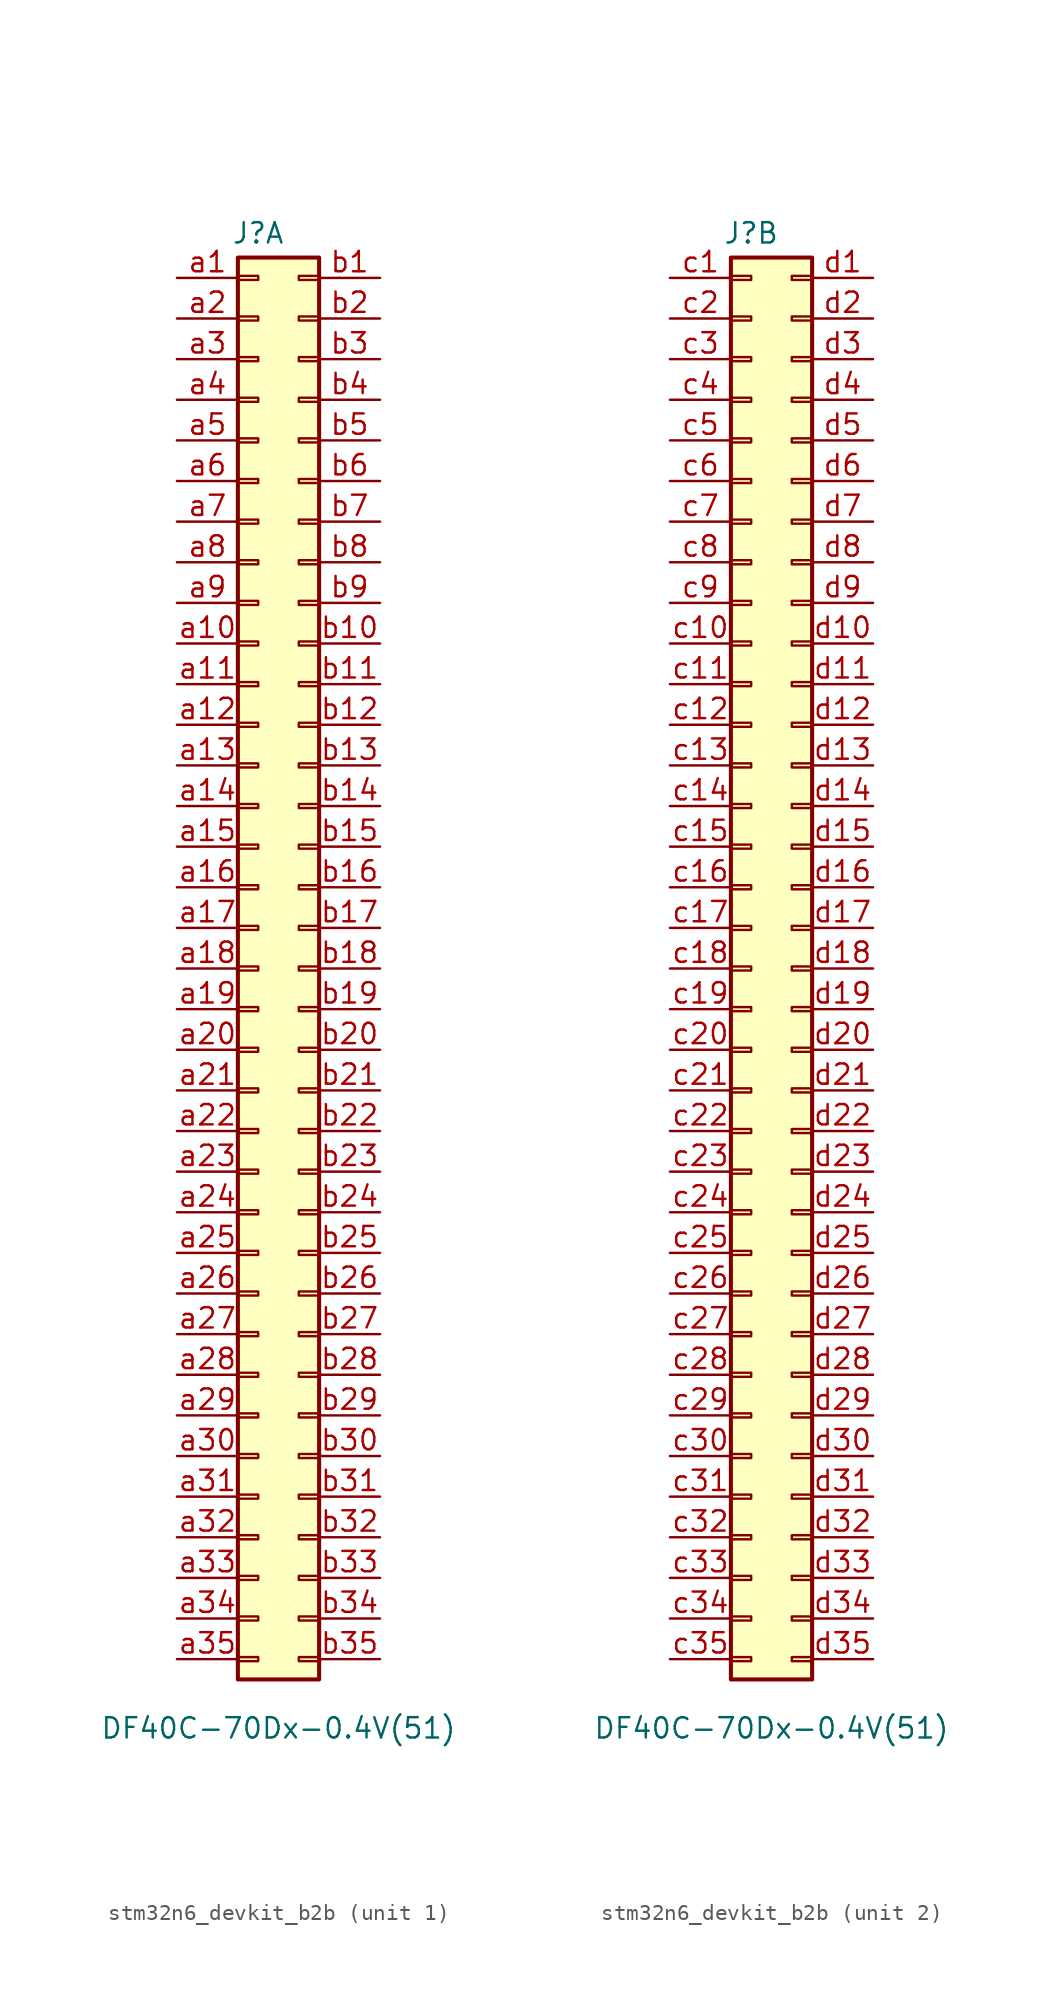
<source format=kicad_sym>
(kicad_symbol_lib
  (version 20241209)
  (generator "kicad_symbol_editor")
  (generator_version "9.0")
  (symbol "stm32n6_devkit_b2b"
    (pin_names
      (offset 1.016)
      (hide yes))
    (property "Reference" "J"
      (at -1.27 45.974 0)
      (effects (font (size 1.27 1.27))))
    (property "Value" "DF40C-70Dx-0.4V(51)"
      (at 0 -47.498 0)
      (effects (font (size 1.27 1.27))))
    (property "ki_locked" ""
      (at 0 0 0)
      (effects (font (size 1.27 1.27))))
    (symbol "stm32n6_devkit_b2b_1_1"
      (rectangle (start -2.54 44.45) (end 2.54 -44.45) (stroke (width 0.254) (type default)) (fill (type background)))
      (rectangle (start -2.54 43.307) (end -1.27 43.053) (stroke (width 0.152) (type default)) (fill (type none)))
      (rectangle (start -2.54 40.767) (end -1.27 40.513) (stroke (width 0.152) (type default)) (fill (type none)))
      (rectangle (start -2.54 38.227) (end -1.27 37.973) (stroke (width 0.152) (type default)) (fill (type none)))
      (rectangle (start -2.54 35.687) (end -1.27 35.433) (stroke (width 0.152) (type default)) (fill (type none)))
      (rectangle (start -2.54 33.147) (end -1.27 32.893) (stroke (width 0.152) (type default)) (fill (type none)))
      (rectangle (start -2.54 30.607) (end -1.27 30.353) (stroke (width 0.152) (type default)) (fill (type none)))
      (rectangle (start -2.54 28.067) (end -1.27 27.813) (stroke (width 0.152) (type default)) (fill (type none)))
      (rectangle (start -2.54 25.527) (end -1.27 25.273) (stroke (width 0.152) (type default)) (fill (type none)))
      (rectangle (start -2.54 22.987) (end -1.27 22.733) (stroke (width 0.152) (type default)) (fill (type none)))
      (rectangle (start -2.54 20.447) (end -1.27 20.193) (stroke (width 0.152) (type default)) (fill (type none)))
      (rectangle (start -2.54 17.907) (end -1.27 17.653) (stroke (width 0.152) (type default)) (fill (type none)))
      (rectangle (start -2.54 15.367) (end -1.27 15.113) (stroke (width 0.152) (type default)) (fill (type none)))
      (rectangle (start -2.54 12.827) (end -1.27 12.573) (stroke (width 0.152) (type default)) (fill (type none)))
      (rectangle (start -2.54 10.287) (end -1.27 10.033) (stroke (width 0.152) (type default)) (fill (type none)))
      (rectangle (start -2.54 7.747) (end -1.27 7.493) (stroke (width 0.152) (type default)) (fill (type none)))
      (rectangle (start -2.54 5.207) (end -1.27 4.953) (stroke (width 0.152) (type default)) (fill (type none)))
      (rectangle (start -2.54 2.667) (end -1.27 2.413) (stroke (width 0.152) (type default)) (fill (type none)))
      (rectangle (start -2.54 0.127) (end -1.27 -0.127) (stroke (width 0.152) (type default)) (fill (type none)))
      (rectangle (start -2.54 -2.413) (end -1.27 -2.667) (stroke (width 0.152) (type default)) (fill (type none)))
      (rectangle (start -2.54 -4.953) (end -1.27 -5.207) (stroke (width 0.152) (type default)) (fill (type none)))
      (rectangle (start -2.54 -7.493) (end -1.27 -7.747) (stroke (width 0.152) (type default)) (fill (type none)))
      (rectangle (start -2.54 -10.033) (end -1.27 -10.287) (stroke (width 0.152) (type default)) (fill (type none)))
      (rectangle (start -2.54 -12.573) (end -1.27 -12.827) (stroke (width 0.152) (type default)) (fill (type none)))
      (rectangle (start -2.54 -15.113) (end -1.27 -15.367) (stroke (width 0.152) (type default)) (fill (type none)))
      (rectangle (start -2.54 -17.653) (end -1.27 -17.907) (stroke (width 0.152) (type default)) (fill (type none)))
      (rectangle (start -2.54 -20.193) (end -1.27 -20.447) (stroke (width 0.152) (type default)) (fill (type none)))
      (rectangle (start -2.54 -22.733) (end -1.27 -22.987) (stroke (width 0.152) (type default)) (fill (type none)))
      (rectangle (start -2.54 -25.273) (end -1.27 -25.527) (stroke (width 0.152) (type default)) (fill (type none)))
      (rectangle (start -2.54 -27.813) (end -1.27 -28.067) (stroke (width 0.152) (type default)) (fill (type none)))
      (rectangle (start -2.54 -30.353) (end -1.27 -30.607) (stroke (width 0.152) (type default)) (fill (type none)))
      (rectangle (start -2.54 -32.893) (end -1.27 -33.147) (stroke (width 0.152) (type default)) (fill (type none)))
      (rectangle (start -2.54 -35.433) (end -1.27 -35.687) (stroke (width 0.152) (type default)) (fill (type none)))
      (rectangle (start -2.54 -37.973) (end -1.27 -38.227) (stroke (width 0.152) (type default)) (fill (type none)))
      (rectangle (start -2.54 -40.513) (end -1.27 -40.767) (stroke (width 0.152) (type default)) (fill (type none)))
      (rectangle (start -2.54 -43.053) (end -1.27 -43.307) (stroke (width 0.152) (type default)) (fill (type none)))
      (rectangle (start 2.54 43.307) (end 1.27 43.053) (stroke (width 0.152) (type default)) (fill (type none)))
      (rectangle (start 2.54 40.767) (end 1.27 40.513) (stroke (width 0.152) (type default)) (fill (type none)))
      (rectangle (start 2.54 38.227) (end 1.27 37.973) (stroke (width 0.152) (type default)) (fill (type none)))
      (rectangle (start 2.54 35.687) (end 1.27 35.433) (stroke (width 0.152) (type default)) (fill (type none)))
      (rectangle (start 2.54 33.147) (end 1.27 32.893) (stroke (width 0.152) (type default)) (fill (type none)))
      (rectangle (start 2.54 30.607) (end 1.27 30.353) (stroke (width 0.152) (type default)) (fill (type none)))
      (rectangle (start 2.54 28.067) (end 1.27 27.813) (stroke (width 0.152) (type default)) (fill (type none)))
      (rectangle (start 2.54 25.527) (end 1.27 25.273) (stroke (width 0.152) (type default)) (fill (type none)))
      (rectangle (start 2.54 22.987) (end 1.27 22.733) (stroke (width 0.152) (type default)) (fill (type none)))
      (rectangle (start 2.54 20.447) (end 1.27 20.193) (stroke (width 0.152) (type default)) (fill (type none)))
      (rectangle (start 2.54 17.907) (end 1.27 17.653) (stroke (width 0.152) (type default)) (fill (type none)))
      (rectangle (start 2.54 15.367) (end 1.27 15.113) (stroke (width 0.152) (type default)) (fill (type none)))
      (rectangle (start 2.54 12.827) (end 1.27 12.573) (stroke (width 0.152) (type default)) (fill (type none)))
      (rectangle (start 2.54 10.287) (end 1.27 10.033) (stroke (width 0.152) (type default)) (fill (type none)))
      (rectangle (start 2.54 7.747) (end 1.27 7.493) (stroke (width 0.152) (type default)) (fill (type none)))
      (rectangle (start 2.54 5.207) (end 1.27 4.953) (stroke (width 0.152) (type default)) (fill (type none)))
      (rectangle (start 2.54 2.667) (end 1.27 2.413) (stroke (width 0.152) (type default)) (fill (type none)))
      (rectangle (start 2.54 0.127) (end 1.27 -0.127) (stroke (width 0.152) (type default)) (fill (type none)))
      (rectangle (start 2.54 -2.413) (end 1.27 -2.667) (stroke (width 0.152) (type default)) (fill (type none)))
      (rectangle (start 2.54 -4.953) (end 1.27 -5.207) (stroke (width 0.152) (type default)) (fill (type none)))
      (rectangle (start 2.54 -7.493) (end 1.27 -7.747) (stroke (width 0.152) (type default)) (fill (type none)))
      (rectangle (start 2.54 -10.033) (end 1.27 -10.287) (stroke (width 0.152) (type default)) (fill (type none)))
      (rectangle (start 2.54 -12.573) (end 1.27 -12.827) (stroke (width 0.152) (type default)) (fill (type none)))
      (rectangle (start 2.54 -15.113) (end 1.27 -15.367) (stroke (width 0.152) (type default)) (fill (type none)))
      (rectangle (start 2.54 -17.653) (end 1.27 -17.907) (stroke (width 0.152) (type default)) (fill (type none)))
      (rectangle (start 2.54 -20.193) (end 1.27 -20.447) (stroke (width 0.152) (type default)) (fill (type none)))
      (rectangle (start 2.54 -22.733) (end 1.27 -22.987) (stroke (width 0.152) (type default)) (fill (type none)))
      (rectangle (start 2.54 -25.273) (end 1.27 -25.527) (stroke (width 0.152) (type default)) (fill (type none)))
      (rectangle (start 2.54 -27.813) (end 1.27 -28.067) (stroke (width 0.152) (type default)) (fill (type none)))
      (rectangle (start 2.54 -30.353) (end 1.27 -30.607) (stroke (width 0.152) (type default)) (fill (type none)))
      (rectangle (start 2.54 -32.893) (end 1.27 -33.147) (stroke (width 0.152) (type default)) (fill (type none)))
      (rectangle (start 2.54 -35.433) (end 1.27 -35.687) (stroke (width 0.152) (type default)) (fill (type none)))
      (rectangle (start 2.54 -37.973) (end 1.27 -38.227) (stroke (width 0.152) (type default)) (fill (type none)))
      (rectangle (start 2.54 -40.513) (end 1.27 -40.767) (stroke (width 0.152) (type default)) (fill (type none)))
      (rectangle (start 2.54 -43.053) (end 1.27 -43.307) (stroke (width 0.152) (type default)) (fill (type none)))
      (pin passive line (at -6.35 43.18 0) (length 3.81) (name "Pin_a1" (effects (font (size 1.27 1.27)))) (number "a1" (effects (font (size 1.27 1.27)))))
      (pin passive line (at -6.35 40.64 0) (length 3.81) (name "Pin_a2" (effects (font (size 1.27 1.27)))) (number "a2" (effects (font (size 1.27 1.27)))))
      (pin passive line (at -6.35 38.1 0) (length 3.81) (name "Pin_a3" (effects (font (size 1.27 1.27)))) (number "a3" (effects (font (size 1.27 1.27)))))
      (pin passive line (at -6.35 35.56 0) (length 3.81) (name "Pin_a4" (effects (font (size 1.27 1.27)))) (number "a4" (effects (font (size 1.27 1.27)))))
      (pin passive line (at -6.35 33.02 0) (length 3.81) (name "Pin_a5" (effects (font (size 1.27 1.27)))) (number "a5" (effects (font (size 1.27 1.27)))))
      (pin passive line (at -6.35 30.48 0) (length 3.81) (name "Pin_a6" (effects (font (size 1.27 1.27)))) (number "a6" (effects (font (size 1.27 1.27)))))
      (pin passive line (at -6.35 27.94 0) (length 3.81) (name "Pin_a7" (effects (font (size 1.27 1.27)))) (number "a7" (effects (font (size 1.27 1.27)))))
      (pin passive line (at -6.35 25.4 0) (length 3.81) (name "Pin_a8" (effects (font (size 1.27 1.27)))) (number "a8" (effects (font (size 1.27 1.27)))))
      (pin passive line (at -6.35 22.86 0) (length 3.81) (name "Pin_a9" (effects (font (size 1.27 1.27)))) (number "a9" (effects (font (size 1.27 1.27)))))
      (pin passive line (at -6.35 20.32 0) (length 3.81) (name "Pin_a10" (effects (font (size 1.27 1.27)))) (number "a10" (effects (font (size 1.27 1.27)))))
      (pin passive line (at -6.35 17.78 0) (length 3.81) (name "Pin_a11" (effects (font (size 1.27 1.27)))) (number "a11" (effects (font (size 1.27 1.27)))))
      (pin passive line (at -6.35 15.24 0) (length 3.81) (name "Pin_a12" (effects (font (size 1.27 1.27)))) (number "a12" (effects (font (size 1.27 1.27)))))
      (pin passive line (at -6.35 12.7 0) (length 3.81) (name "Pin_a13" (effects (font (size 1.27 1.27)))) (number "a13" (effects (font (size 1.27 1.27)))))
      (pin passive line (at -6.35 10.16 0) (length 3.81) (name "Pin_a14" (effects (font (size 1.27 1.27)))) (number "a14" (effects (font (size 1.27 1.27)))))
      (pin passive line (at -6.35 7.62 0) (length 3.81) (name "Pin_a15" (effects (font (size 1.27 1.27)))) (number "a15" (effects (font (size 1.27 1.27)))))
      (pin passive line (at -6.35 5.08 0) (length 3.81) (name "Pin_a16" (effects (font (size 1.27 1.27)))) (number "a16" (effects (font (size 1.27 1.27)))))
      (pin passive line (at -6.35 2.54 0) (length 3.81) (name "Pin_a17" (effects (font (size 1.27 1.27)))) (number "a17" (effects (font (size 1.27 1.27)))))
      (pin passive line (at -6.35 0 0) (length 3.81) (name "Pin_a18" (effects (font (size 1.27 1.27)))) (number "a18" (effects (font (size 1.27 1.27)))))
      (pin passive line (at -6.35 -2.54 0) (length 3.81) (name "Pin_a19" (effects (font (size 1.27 1.27)))) (number "a19" (effects (font (size 1.27 1.27)))))
      (pin passive line (at -6.35 -5.08 0) (length 3.81) (name "Pin_a20" (effects (font (size 1.27 1.27)))) (number "a20" (effects (font (size 1.27 1.27)))))
      (pin passive line (at -6.35 -7.62 0) (length 3.81) (name "Pin_a21" (effects (font (size 1.27 1.27)))) (number "a21" (effects (font (size 1.27 1.27)))))
      (pin passive line (at -6.35 -10.16 0) (length 3.81) (name "Pin_a22" (effects (font (size 1.27 1.27)))) (number "a22" (effects (font (size 1.27 1.27)))))
      (pin passive line (at -6.35 -12.7 0) (length 3.81) (name "Pin_a23" (effects (font (size 1.27 1.27)))) (number "a23" (effects (font (size 1.27 1.27)))))
      (pin passive line (at -6.35 -15.24 0) (length 3.81) (name "Pin_a24" (effects (font (size 1.27 1.27)))) (number "a24" (effects (font (size 1.27 1.27)))))
      (pin passive line (at -6.35 -17.78 0) (length 3.81) (name "Pin_a25" (effects (font (size 1.27 1.27)))) (number "a25" (effects (font (size 1.27 1.27)))))
      (pin passive line (at -6.35 -20.32 0) (length 3.81) (name "Pin_a26" (effects (font (size 1.27 1.27)))) (number "a26" (effects (font (size 1.27 1.27)))))
      (pin passive line (at -6.35 -22.86 0) (length 3.81) (name "Pin_a27" (effects (font (size 1.27 1.27)))) (number "a27" (effects (font (size 1.27 1.27)))))
      (pin passive line (at -6.35 -25.4 0) (length 3.81) (name "Pin_a28" (effects (font (size 1.27 1.27)))) (number "a28" (effects (font (size 1.27 1.27)))))
      (pin passive line (at -6.35 -27.94 0) (length 3.81) (name "Pin_a29" (effects (font (size 1.27 1.27)))) (number "a29" (effects (font (size 1.27 1.27)))))
      (pin passive line (at -6.35 -30.48 0) (length 3.81) (name "Pin_a30" (effects (font (size 1.27 1.27)))) (number "a30" (effects (font (size 1.27 1.27)))))
      (pin passive line (at -6.35 -33.02 0) (length 3.81) (name "Pin_a31" (effects (font (size 1.27 1.27)))) (number "a31" (effects (font (size 1.27 1.27)))))
      (pin passive line (at -6.35 -35.56 0) (length 3.81) (name "Pin_a32" (effects (font (size 1.27 1.27)))) (number "a32" (effects (font (size 1.27 1.27)))))
      (pin passive line (at -6.35 -38.1 0) (length 3.81) (name "Pin_a33" (effects (font (size 1.27 1.27)))) (number "a33" (effects (font (size 1.27 1.27)))))
      (pin passive line (at -6.35 -40.64 0) (length 3.81) (name "Pin_a34" (effects (font (size 1.27 1.27)))) (number "a34" (effects (font (size 1.27 1.27)))))
      (pin passive line (at -6.35 -43.18 0) (length 3.81) (name "Pin_a35" (effects (font (size 1.27 1.27)))) (number "a35" (effects (font (size 1.27 1.27)))))
      (pin passive line (at 6.35 43.18 180) (length 3.81) (name "Pin_b1" (effects (font (size 1.27 1.27)))) (number "b1" (effects (font (size 1.27 1.27)))))
      (pin passive line (at 6.35 40.64 180) (length 3.81) (name "Pin_b2" (effects (font (size 1.27 1.27)))) (number "b2" (effects (font (size 1.27 1.27)))))
      (pin passive line (at 6.35 38.1 180) (length 3.81) (name "Pin_b3" (effects (font (size 1.27 1.27)))) (number "b3" (effects (font (size 1.27 1.27)))))
      (pin passive line (at 6.35 35.56 180) (length 3.81) (name "Pin_b4" (effects (font (size 1.27 1.27)))) (number "b4" (effects (font (size 1.27 1.27)))))
      (pin passive line (at 6.35 33.02 180) (length 3.81) (name "Pin_b5" (effects (font (size 1.27 1.27)))) (number "b5" (effects (font (size 1.27 1.27)))))
      (pin passive line (at 6.35 30.48 180) (length 3.81) (name "Pin_b6" (effects (font (size 1.27 1.27)))) (number "b6" (effects (font (size 1.27 1.27)))))
      (pin passive line (at 6.35 27.94 180) (length 3.81) (name "Pin_b7" (effects (font (size 1.27 1.27)))) (number "b7" (effects (font (size 1.27 1.27)))))
      (pin passive line (at 6.35 25.4 180) (length 3.81) (name "Pin_b8" (effects (font (size 1.27 1.27)))) (number "b8" (effects (font (size 1.27 1.27)))))
      (pin passive line (at 6.35 22.86 180) (length 3.81) (name "Pin_b9" (effects (font (size 1.27 1.27)))) (number "b9" (effects (font (size 1.27 1.27)))))
      (pin passive line (at 6.35 20.32 180) (length 3.81) (name "Pin_b10" (effects (font (size 1.27 1.27)))) (number "b10" (effects (font (size 1.27 1.27)))))
      (pin passive line (at 6.35 17.78 180) (length 3.81) (name "Pin_b11" (effects (font (size 1.27 1.27)))) (number "b11" (effects (font (size 1.27 1.27)))))
      (pin passive line (at 6.35 15.24 180) (length 3.81) (name "Pin_b12" (effects (font (size 1.27 1.27)))) (number "b12" (effects (font (size 1.27 1.27)))))
      (pin passive line (at 6.35 12.7 180) (length 3.81) (name "Pin_b13" (effects (font (size 1.27 1.27)))) (number "b13" (effects (font (size 1.27 1.27)))))
      (pin passive line (at 6.35 10.16 180) (length 3.81) (name "Pin_b14" (effects (font (size 1.27 1.27)))) (number "b14" (effects (font (size 1.27 1.27)))))
      (pin passive line (at 6.35 7.62 180) (length 3.81) (name "Pin_b15" (effects (font (size 1.27 1.27)))) (number "b15" (effects (font (size 1.27 1.27)))))
      (pin passive line (at 6.35 5.08 180) (length 3.81) (name "Pin_b16" (effects (font (size 1.27 1.27)))) (number "b16" (effects (font (size 1.27 1.27)))))
      (pin passive line (at 6.35 2.54 180) (length 3.81) (name "Pin_b17" (effects (font (size 1.27 1.27)))) (number "b17" (effects (font (size 1.27 1.27)))))
      (pin passive line (at 6.35 0 180) (length 3.81) (name "Pin_b18" (effects (font (size 1.27 1.27)))) (number "b18" (effects (font (size 1.27 1.27)))))
      (pin passive line (at 6.35 -2.54 180) (length 3.81) (name "Pin_b19" (effects (font (size 1.27 1.27)))) (number "b19" (effects (font (size 1.27 1.27)))))
      (pin passive line (at 6.35 -5.08 180) (length 3.81) (name "Pin_b20" (effects (font (size 1.27 1.27)))) (number "b20" (effects (font (size 1.27 1.27)))))
      (pin passive line (at 6.35 -7.62 180) (length 3.81) (name "Pin_b21" (effects (font (size 1.27 1.27)))) (number "b21" (effects (font (size 1.27 1.27)))))
      (pin passive line (at 6.35 -10.16 180) (length 3.81) (name "Pin_b22" (effects (font (size 1.27 1.27)))) (number "b22" (effects (font (size 1.27 1.27)))))
      (pin passive line (at 6.35 -12.7 180) (length 3.81) (name "Pin_b23" (effects (font (size 1.27 1.27)))) (number "b23" (effects (font (size 1.27 1.27)))))
      (pin passive line (at 6.35 -15.24 180) (length 3.81) (name "Pin_b24" (effects (font (size 1.27 1.27)))) (number "b24" (effects (font (size 1.27 1.27)))))
      (pin passive line (at 6.35 -17.78 180) (length 3.81) (name "Pin_b25" (effects (font (size 1.27 1.27)))) (number "b25" (effects (font (size 1.27 1.27)))))
      (pin passive line (at 6.35 -20.32 180) (length 3.81) (name "Pin_b26" (effects (font (size 1.27 1.27)))) (number "b26" (effects (font (size 1.27 1.27)))))
      (pin passive line (at 6.35 -22.86 180) (length 3.81) (name "Pin_b27" (effects (font (size 1.27 1.27)))) (number "b27" (effects (font (size 1.27 1.27)))))
      (pin passive line (at 6.35 -25.4 180) (length 3.81) (name "Pin_b28" (effects (font (size 1.27 1.27)))) (number "b28" (effects (font (size 1.27 1.27)))))
      (pin passive line (at 6.35 -27.94 180) (length 3.81) (name "Pin_b29" (effects (font (size 1.27 1.27)))) (number "b29" (effects (font (size 1.27 1.27)))))
      (pin passive line (at 6.35 -30.48 180) (length 3.81) (name "Pin_b30" (effects (font (size 1.27 1.27)))) (number "b30" (effects (font (size 1.27 1.27)))))
      (pin passive line (at 6.35 -33.02 180) (length 3.81) (name "Pin_b31" (effects (font (size 1.27 1.27)))) (number "b31" (effects (font (size 1.27 1.27)))))
      (pin passive line (at 6.35 -35.56 180) (length 3.81) (name "Pin_b32" (effects (font (size 1.27 1.27)))) (number "b32" (effects (font (size 1.27 1.27)))))
      (pin passive line (at 6.35 -38.1 180) (length 3.81) (name "Pin_b33" (effects (font (size 1.27 1.27)))) (number "b33" (effects (font (size 1.27 1.27)))))
      (pin passive line (at 6.35 -40.64 180) (length 3.81) (name "Pin_b34" (effects (font (size 1.27 1.27)))) (number "b34" (effects (font (size 1.27 1.27)))))
      (pin passive line (at 6.35 -43.18 180) (length 3.81) (name "Pin_b35" (effects (font (size 1.27 1.27)))) (number "b35" (effects (font (size 1.27 1.27))))))
    (symbol "stm32n6_devkit_b2b_2_1"
      (rectangle (start -2.54 44.45) (end 2.54 -44.45) (stroke (width 0.254) (type default)) (fill (type background)))
      (rectangle (start -2.54 43.307) (end -1.27 43.053) (stroke (width 0.152) (type default)) (fill (type none)))
      (rectangle (start -2.54 40.767) (end -1.27 40.513) (stroke (width 0.152) (type default)) (fill (type none)))
      (rectangle (start -2.54 38.227) (end -1.27 37.973) (stroke (width 0.152) (type default)) (fill (type none)))
      (rectangle (start -2.54 35.687) (end -1.27 35.433) (stroke (width 0.152) (type default)) (fill (type none)))
      (rectangle (start -2.54 33.147) (end -1.27 32.893) (stroke (width 0.152) (type default)) (fill (type none)))
      (rectangle (start -2.54 30.607) (end -1.27 30.353) (stroke (width 0.152) (type default)) (fill (type none)))
      (rectangle (start -2.54 28.067) (end -1.27 27.813) (stroke (width 0.152) (type default)) (fill (type none)))
      (rectangle (start -2.54 25.527) (end -1.27 25.273) (stroke (width 0.152) (type default)) (fill (type none)))
      (rectangle (start -2.54 22.987) (end -1.27 22.733) (stroke (width 0.152) (type default)) (fill (type none)))
      (rectangle (start -2.54 20.447) (end -1.27 20.193) (stroke (width 0.152) (type default)) (fill (type none)))
      (rectangle (start -2.54 17.907) (end -1.27 17.653) (stroke (width 0.152) (type default)) (fill (type none)))
      (rectangle (start -2.54 15.367) (end -1.27 15.113) (stroke (width 0.152) (type default)) (fill (type none)))
      (rectangle (start -2.54 12.827) (end -1.27 12.573) (stroke (width 0.152) (type default)) (fill (type none)))
      (rectangle (start -2.54 10.287) (end -1.27 10.033) (stroke (width 0.152) (type default)) (fill (type none)))
      (rectangle (start -2.54 7.747) (end -1.27 7.493) (stroke (width 0.152) (type default)) (fill (type none)))
      (rectangle (start -2.54 5.207) (end -1.27 4.953) (stroke (width 0.152) (type default)) (fill (type none)))
      (rectangle (start -2.54 2.667) (end -1.27 2.413) (stroke (width 0.152) (type default)) (fill (type none)))
      (rectangle (start -2.54 0.127) (end -1.27 -0.127) (stroke (width 0.152) (type default)) (fill (type none)))
      (rectangle (start -2.54 -2.413) (end -1.27 -2.667) (stroke (width 0.152) (type default)) (fill (type none)))
      (rectangle (start -2.54 -4.953) (end -1.27 -5.207) (stroke (width 0.152) (type default)) (fill (type none)))
      (rectangle (start -2.54 -7.493) (end -1.27 -7.747) (stroke (width 0.152) (type default)) (fill (type none)))
      (rectangle (start -2.54 -10.033) (end -1.27 -10.287) (stroke (width 0.152) (type default)) (fill (type none)))
      (rectangle (start -2.54 -12.573) (end -1.27 -12.827) (stroke (width 0.152) (type default)) (fill (type none)))
      (rectangle (start -2.54 -15.113) (end -1.27 -15.367) (stroke (width 0.152) (type default)) (fill (type none)))
      (rectangle (start -2.54 -17.653) (end -1.27 -17.907) (stroke (width 0.152) (type default)) (fill (type none)))
      (rectangle (start -2.54 -20.193) (end -1.27 -20.447) (stroke (width 0.152) (type default)) (fill (type none)))
      (rectangle (start -2.54 -22.733) (end -1.27 -22.987) (stroke (width 0.152) (type default)) (fill (type none)))
      (rectangle (start -2.54 -25.273) (end -1.27 -25.527) (stroke (width 0.152) (type default)) (fill (type none)))
      (rectangle (start -2.54 -27.813) (end -1.27 -28.067) (stroke (width 0.152) (type default)) (fill (type none)))
      (rectangle (start -2.54 -30.353) (end -1.27 -30.607) (stroke (width 0.152) (type default)) (fill (type none)))
      (rectangle (start -2.54 -32.893) (end -1.27 -33.147) (stroke (width 0.152) (type default)) (fill (type none)))
      (rectangle (start -2.54 -35.433) (end -1.27 -35.687) (stroke (width 0.152) (type default)) (fill (type none)))
      (rectangle (start -2.54 -37.973) (end -1.27 -38.227) (stroke (width 0.152) (type default)) (fill (type none)))
      (rectangle (start -2.54 -40.513) (end -1.27 -40.767) (stroke (width 0.152) (type default)) (fill (type none)))
      (rectangle (start -2.54 -43.053) (end -1.27 -43.307) (stroke (width 0.152) (type default)) (fill (type none)))
      (rectangle (start 2.54 43.307) (end 1.27 43.053) (stroke (width 0.152) (type default)) (fill (type none)))
      (rectangle (start 2.54 40.767) (end 1.27 40.513) (stroke (width 0.152) (type default)) (fill (type none)))
      (rectangle (start 2.54 38.227) (end 1.27 37.973) (stroke (width 0.152) (type default)) (fill (type none)))
      (rectangle (start 2.54 35.687) (end 1.27 35.433) (stroke (width 0.152) (type default)) (fill (type none)))
      (rectangle (start 2.54 33.147) (end 1.27 32.893) (stroke (width 0.152) (type default)) (fill (type none)))
      (rectangle (start 2.54 30.607) (end 1.27 30.353) (stroke (width 0.152) (type default)) (fill (type none)))
      (rectangle (start 2.54 28.067) (end 1.27 27.813) (stroke (width 0.152) (type default)) (fill (type none)))
      (rectangle (start 2.54 25.527) (end 1.27 25.273) (stroke (width 0.152) (type default)) (fill (type none)))
      (rectangle (start 2.54 22.987) (end 1.27 22.733) (stroke (width 0.152) (type default)) (fill (type none)))
      (rectangle (start 2.54 20.447) (end 1.27 20.193) (stroke (width 0.152) (type default)) (fill (type none)))
      (rectangle (start 2.54 17.907) (end 1.27 17.653) (stroke (width 0.152) (type default)) (fill (type none)))
      (rectangle (start 2.54 15.367) (end 1.27 15.113) (stroke (width 0.152) (type default)) (fill (type none)))
      (rectangle (start 2.54 12.827) (end 1.27 12.573) (stroke (width 0.152) (type default)) (fill (type none)))
      (rectangle (start 2.54 10.287) (end 1.27 10.033) (stroke (width 0.152) (type default)) (fill (type none)))
      (rectangle (start 2.54 7.747) (end 1.27 7.493) (stroke (width 0.152) (type default)) (fill (type none)))
      (rectangle (start 2.54 5.207) (end 1.27 4.953) (stroke (width 0.152) (type default)) (fill (type none)))
      (rectangle (start 2.54 2.667) (end 1.27 2.413) (stroke (width 0.152) (type default)) (fill (type none)))
      (rectangle (start 2.54 0.127) (end 1.27 -0.127) (stroke (width 0.152) (type default)) (fill (type none)))
      (rectangle (start 2.54 -2.413) (end 1.27 -2.667) (stroke (width 0.152) (type default)) (fill (type none)))
      (rectangle (start 2.54 -4.953) (end 1.27 -5.207) (stroke (width 0.152) (type default)) (fill (type none)))
      (rectangle (start 2.54 -7.493) (end 1.27 -7.747) (stroke (width 0.152) (type default)) (fill (type none)))
      (rectangle (start 2.54 -10.033) (end 1.27 -10.287) (stroke (width 0.152) (type default)) (fill (type none)))
      (rectangle (start 2.54 -12.573) (end 1.27 -12.827) (stroke (width 0.152) (type default)) (fill (type none)))
      (rectangle (start 2.54 -15.113) (end 1.27 -15.367) (stroke (width 0.152) (type default)) (fill (type none)))
      (rectangle (start 2.54 -17.653) (end 1.27 -17.907) (stroke (width 0.152) (type default)) (fill (type none)))
      (rectangle (start 2.54 -20.193) (end 1.27 -20.447) (stroke (width 0.152) (type default)) (fill (type none)))
      (rectangle (start 2.54 -22.733) (end 1.27 -22.987) (stroke (width 0.152) (type default)) (fill (type none)))
      (rectangle (start 2.54 -25.273) (end 1.27 -25.527) (stroke (width 0.152) (type default)) (fill (type none)))
      (rectangle (start 2.54 -27.813) (end 1.27 -28.067) (stroke (width 0.152) (type default)) (fill (type none)))
      (rectangle (start 2.54 -30.353) (end 1.27 -30.607) (stroke (width 0.152) (type default)) (fill (type none)))
      (rectangle (start 2.54 -32.893) (end 1.27 -33.147) (stroke (width 0.152) (type default)) (fill (type none)))
      (rectangle (start 2.54 -35.433) (end 1.27 -35.687) (stroke (width 0.152) (type default)) (fill (type none)))
      (rectangle (start 2.54 -37.973) (end 1.27 -38.227) (stroke (width 0.152) (type default)) (fill (type none)))
      (rectangle (start 2.54 -40.513) (end 1.27 -40.767) (stroke (width 0.152) (type default)) (fill (type none)))
      (rectangle (start 2.54 -43.053) (end 1.27 -43.307) (stroke (width 0.152) (type default)) (fill (type none)))
      (pin passive line (at -6.35 43.18 0) (length 3.81) (name "Pin_c1" (effects (font (size 1.27 1.27)))) (number "c1" (effects (font (size 1.27 1.27)))))
      (pin passive line (at -6.35 40.64 0) (length 3.81) (name "Pin_c2" (effects (font (size 1.27 1.27)))) (number "c2" (effects (font (size 1.27 1.27)))))
      (pin passive line (at -6.35 38.1 0) (length 3.81) (name "Pin_c3" (effects (font (size 1.27 1.27)))) (number "c3" (effects (font (size 1.27 1.27)))))
      (pin passive line (at -6.35 35.56 0) (length 3.81) (name "Pin_c4" (effects (font (size 1.27 1.27)))) (number "c4" (effects (font (size 1.27 1.27)))))
      (pin passive line (at -6.35 33.02 0) (length 3.81) (name "Pin_c5" (effects (font (size 1.27 1.27)))) (number "c5" (effects (font (size 1.27 1.27)))))
      (pin passive line (at -6.35 30.48 0) (length 3.81) (name "Pin_c6" (effects (font (size 1.27 1.27)))) (number "c6" (effects (font (size 1.27 1.27)))))
      (pin passive line (at -6.35 27.94 0) (length 3.81) (name "Pin_c7" (effects (font (size 1.27 1.27)))) (number "c7" (effects (font (size 1.27 1.27)))))
      (pin passive line (at -6.35 25.4 0) (length 3.81) (name "Pin_c8" (effects (font (size 1.27 1.27)))) (number "c8" (effects (font (size 1.27 1.27)))))
      (pin passive line (at -6.35 22.86 0) (length 3.81) (name "Pin_c9" (effects (font (size 1.27 1.27)))) (number "c9" (effects (font (size 1.27 1.27)))))
      (pin passive line (at -6.35 20.32 0) (length 3.81) (name "Pin_c10" (effects (font (size 1.27 1.27)))) (number "c10" (effects (font (size 1.27 1.27)))))
      (pin passive line (at -6.35 17.78 0) (length 3.81) (name "Pin_c11" (effects (font (size 1.27 1.27)))) (number "c11" (effects (font (size 1.27 1.27)))))
      (pin passive line (at -6.35 15.24 0) (length 3.81) (name "Pin_c12" (effects (font (size 1.27 1.27)))) (number "c12" (effects (font (size 1.27 1.27)))))
      (pin passive line (at -6.35 12.7 0) (length 3.81) (name "Pin_c13" (effects (font (size 1.27 1.27)))) (number "c13" (effects (font (size 1.27 1.27)))))
      (pin passive line (at -6.35 10.16 0) (length 3.81) (name "Pin_c14" (effects (font (size 1.27 1.27)))) (number "c14" (effects (font (size 1.27 1.27)))))
      (pin passive line (at -6.35 7.62 0) (length 3.81) (name "Pin_c15" (effects (font (size 1.27 1.27)))) (number "c15" (effects (font (size 1.27 1.27)))))
      (pin passive line (at -6.35 5.08 0) (length 3.81) (name "Pin_c16" (effects (font (size 1.27 1.27)))) (number "c16" (effects (font (size 1.27 1.27)))))
      (pin passive line (at -6.35 2.54 0) (length 3.81) (name "Pin_c17" (effects (font (size 1.27 1.27)))) (number "c17" (effects (font (size 1.27 1.27)))))
      (pin passive line (at -6.35 0 0) (length 3.81) (name "Pin_c18" (effects (font (size 1.27 1.27)))) (number "c18" (effects (font (size 1.27 1.27)))))
      (pin passive line (at -6.35 -2.54 0) (length 3.81) (name "Pin_c19" (effects (font (size 1.27 1.27)))) (number "c19" (effects (font (size 1.27 1.27)))))
      (pin passive line (at -6.35 -5.08 0) (length 3.81) (name "Pin_c20" (effects (font (size 1.27 1.27)))) (number "c20" (effects (font (size 1.27 1.27)))))
      (pin passive line (at -6.35 -7.62 0) (length 3.81) (name "Pin_c21" (effects (font (size 1.27 1.27)))) (number "c21" (effects (font (size 1.27 1.27)))))
      (pin passive line (at -6.35 -10.16 0) (length 3.81) (name "Pin_c22" (effects (font (size 1.27 1.27)))) (number "c22" (effects (font (size 1.27 1.27)))))
      (pin passive line (at -6.35 -12.7 0) (length 3.81) (name "Pin_c23" (effects (font (size 1.27 1.27)))) (number "c23" (effects (font (size 1.27 1.27)))))
      (pin passive line (at -6.35 -15.24 0) (length 3.81) (name "Pin_c24" (effects (font (size 1.27 1.27)))) (number "c24" (effects (font (size 1.27 1.27)))))
      (pin passive line (at -6.35 -17.78 0) (length 3.81) (name "Pin_c25" (effects (font (size 1.27 1.27)))) (number "c25" (effects (font (size 1.27 1.27)))))
      (pin passive line (at -6.35 -20.32 0) (length 3.81) (name "Pin_c26" (effects (font (size 1.27 1.27)))) (number "c26" (effects (font (size 1.27 1.27)))))
      (pin passive line (at -6.35 -22.86 0) (length 3.81) (name "Pin_c27" (effects (font (size 1.27 1.27)))) (number "c27" (effects (font (size 1.27 1.27)))))
      (pin passive line (at -6.35 -25.4 0) (length 3.81) (name "Pin_c28" (effects (font (size 1.27 1.27)))) (number "c28" (effects (font (size 1.27 1.27)))))
      (pin passive line (at -6.35 -27.94 0) (length 3.81) (name "Pin_c29" (effects (font (size 1.27 1.27)))) (number "c29" (effects (font (size 1.27 1.27)))))
      (pin passive line (at -6.35 -30.48 0) (length 3.81) (name "Pin_c30" (effects (font (size 1.27 1.27)))) (number "c30" (effects (font (size 1.27 1.27)))))
      (pin passive line (at -6.35 -33.02 0) (length 3.81) (name "Pin_c31" (effects (font (size 1.27 1.27)))) (number "c31" (effects (font (size 1.27 1.27)))))
      (pin passive line (at -6.35 -35.56 0) (length 3.81) (name "Pin_c32" (effects (font (size 1.27 1.27)))) (number "c32" (effects (font (size 1.27 1.27)))))
      (pin passive line (at -6.35 -38.1 0) (length 3.81) (name "Pin_c33" (effects (font (size 1.27 1.27)))) (number "c33" (effects (font (size 1.27 1.27)))))
      (pin passive line (at -6.35 -40.64 0) (length 3.81) (name "Pin_c34" (effects (font (size 1.27 1.27)))) (number "c34" (effects (font (size 1.27 1.27)))))
      (pin passive line (at -6.35 -43.18 0) (length 3.81) (name "Pin_c35" (effects (font (size 1.27 1.27)))) (number "c35" (effects (font (size 1.27 1.27)))))
      (pin passive line (at 6.35 43.18 180) (length 3.81) (name "Pin_d1" (effects (font (size 1.27 1.27)))) (number "d1" (effects (font (size 1.27 1.27)))))
      (pin passive line (at 6.35 40.64 180) (length 3.81) (name "Pin_d2" (effects (font (size 1.27 1.27)))) (number "d2" (effects (font (size 1.27 1.27)))))
      (pin passive line (at 6.35 38.1 180) (length 3.81) (name "Pin_d3" (effects (font (size 1.27 1.27)))) (number "d3" (effects (font (size 1.27 1.27)))))
      (pin passive line (at 6.35 35.56 180) (length 3.81) (name "Pin_d4" (effects (font (size 1.27 1.27)))) (number "d4" (effects (font (size 1.27 1.27)))))
      (pin passive line (at 6.35 33.02 180) (length 3.81) (name "Pin_d5" (effects (font (size 1.27 1.27)))) (number "d5" (effects (font (size 1.27 1.27)))))
      (pin passive line (at 6.35 30.48 180) (length 3.81) (name "Pin_d6" (effects (font (size 1.27 1.27)))) (number "d6" (effects (font (size 1.27 1.27)))))
      (pin passive line (at 6.35 27.94 180) (length 3.81) (name "Pin_d7" (effects (font (size 1.27 1.27)))) (number "d7" (effects (font (size 1.27 1.27)))))
      (pin passive line (at 6.35 25.4 180) (length 3.81) (name "Pin_d8" (effects (font (size 1.27 1.27)))) (number "d8" (effects (font (size 1.27 1.27)))))
      (pin passive line (at 6.35 22.86 180) (length 3.81) (name "Pin_d9" (effects (font (size 1.27 1.27)))) (number "d9" (effects (font (size 1.27 1.27)))))
      (pin passive line (at 6.35 20.32 180) (length 3.81) (name "Pin_d10" (effects (font (size 1.27 1.27)))) (number "d10" (effects (font (size 1.27 1.27)))))
      (pin passive line (at 6.35 17.78 180) (length 3.81) (name "Pin_d11" (effects (font (size 1.27 1.27)))) (number "d11" (effects (font (size 1.27 1.27)))))
      (pin passive line (at 6.35 15.24 180) (length 3.81) (name "Pin_d12" (effects (font (size 1.27 1.27)))) (number "d12" (effects (font (size 1.27 1.27)))))
      (pin passive line (at 6.35 12.7 180) (length 3.81) (name "Pin_d13" (effects (font (size 1.27 1.27)))) (number "d13" (effects (font (size 1.27 1.27)))))
      (pin passive line (at 6.35 10.16 180) (length 3.81) (name "Pin_d14" (effects (font (size 1.27 1.27)))) (number "d14" (effects (font (size 1.27 1.27)))))
      (pin passive line (at 6.35 7.62 180) (length 3.81) (name "Pin_d15" (effects (font (size 1.27 1.27)))) (number "d15" (effects (font (size 1.27 1.27)))))
      (pin passive line (at 6.35 5.08 180) (length 3.81) (name "Pin_d16" (effects (font (size 1.27 1.27)))) (number "d16" (effects (font (size 1.27 1.27)))))
      (pin passive line (at 6.35 2.54 180) (length 3.81) (name "Pin_d17" (effects (font (size 1.27 1.27)))) (number "d17" (effects (font (size 1.27 1.27)))))
      (pin passive line (at 6.35 0 180) (length 3.81) (name "Pin_d18" (effects (font (size 1.27 1.27)))) (number "d18" (effects (font (size 1.27 1.27)))))
      (pin passive line (at 6.35 -2.54 180) (length 3.81) (name "Pin_d19" (effects (font (size 1.27 1.27)))) (number "d19" (effects (font (size 1.27 1.27)))))
      (pin passive line (at 6.35 -5.08 180) (length 3.81) (name "Pin_d20" (effects (font (size 1.27 1.27)))) (number "d20" (effects (font (size 1.27 1.27)))))
      (pin passive line (at 6.35 -7.62 180) (length 3.81) (name "Pin_d21" (effects (font (size 1.27 1.27)))) (number "d21" (effects (font (size 1.27 1.27)))))
      (pin passive line (at 6.35 -10.16 180) (length 3.81) (name "Pin_d22" (effects (font (size 1.27 1.27)))) (number "d22" (effects (font (size 1.27 1.27)))))
      (pin passive line (at 6.35 -12.7 180) (length 3.81) (name "Pin_d23" (effects (font (size 1.27 1.27)))) (number "d23" (effects (font (size 1.27 1.27)))))
      (pin passive line (at 6.35 -15.24 180) (length 3.81) (name "Pin_d24" (effects (font (size 1.27 1.27)))) (number "d24" (effects (font (size 1.27 1.27)))))
      (pin passive line (at 6.35 -17.78 180) (length 3.81) (name "Pin_d25" (effects (font (size 1.27 1.27)))) (number "d25" (effects (font (size 1.27 1.27)))))
      (pin passive line (at 6.35 -20.32 180) (length 3.81) (name "Pin_d26" (effects (font (size 1.27 1.27)))) (number "d26" (effects (font (size 1.27 1.27)))))
      (pin passive line (at 6.35 -22.86 180) (length 3.81) (name "Pin_d27" (effects (font (size 1.27 1.27)))) (number "d27" (effects (font (size 1.27 1.27)))))
      (pin passive line (at 6.35 -25.4 180) (length 3.81) (name "Pin_d28" (effects (font (size 1.27 1.27)))) (number "d28" (effects (font (size 1.27 1.27)))))
      (pin passive line (at 6.35 -27.94 180) (length 3.81) (name "Pin_d29" (effects (font (size 1.27 1.27)))) (number "d29" (effects (font (size 1.27 1.27)))))
      (pin passive line (at 6.35 -30.48 180) (length 3.81) (name "Pin_d30" (effects (font (size 1.27 1.27)))) (number "d30" (effects (font (size 1.27 1.27)))))
      (pin passive line (at 6.35 -33.02 180) (length 3.81) (name "Pin_d31" (effects (font (size 1.27 1.27)))) (number "d31" (effects (font (size 1.27 1.27)))))
      (pin passive line (at 6.35 -35.56 180) (length 3.81) (name "Pin_d32" (effects (font (size 1.27 1.27)))) (number "d32" (effects (font (size 1.27 1.27)))))
      (pin passive line (at 6.35 -38.1 180) (length 3.81) (name "Pin_d33" (effects (font (size 1.27 1.27)))) (number "d33" (effects (font (size 1.27 1.27)))))
      (pin passive line (at 6.35 -40.64 180) (length 3.81) (name "Pin_d34" (effects (font (size 1.27 1.27)))) (number "d34" (effects (font (size 1.27 1.27)))))
      (pin passive line (at 6.35 -43.18 180) (length 3.81) (name "Pin_d35" (effects (font (size 1.27 1.27)))) (number "d35" (effects (font (size 1.27 1.27))))))))
</source>
